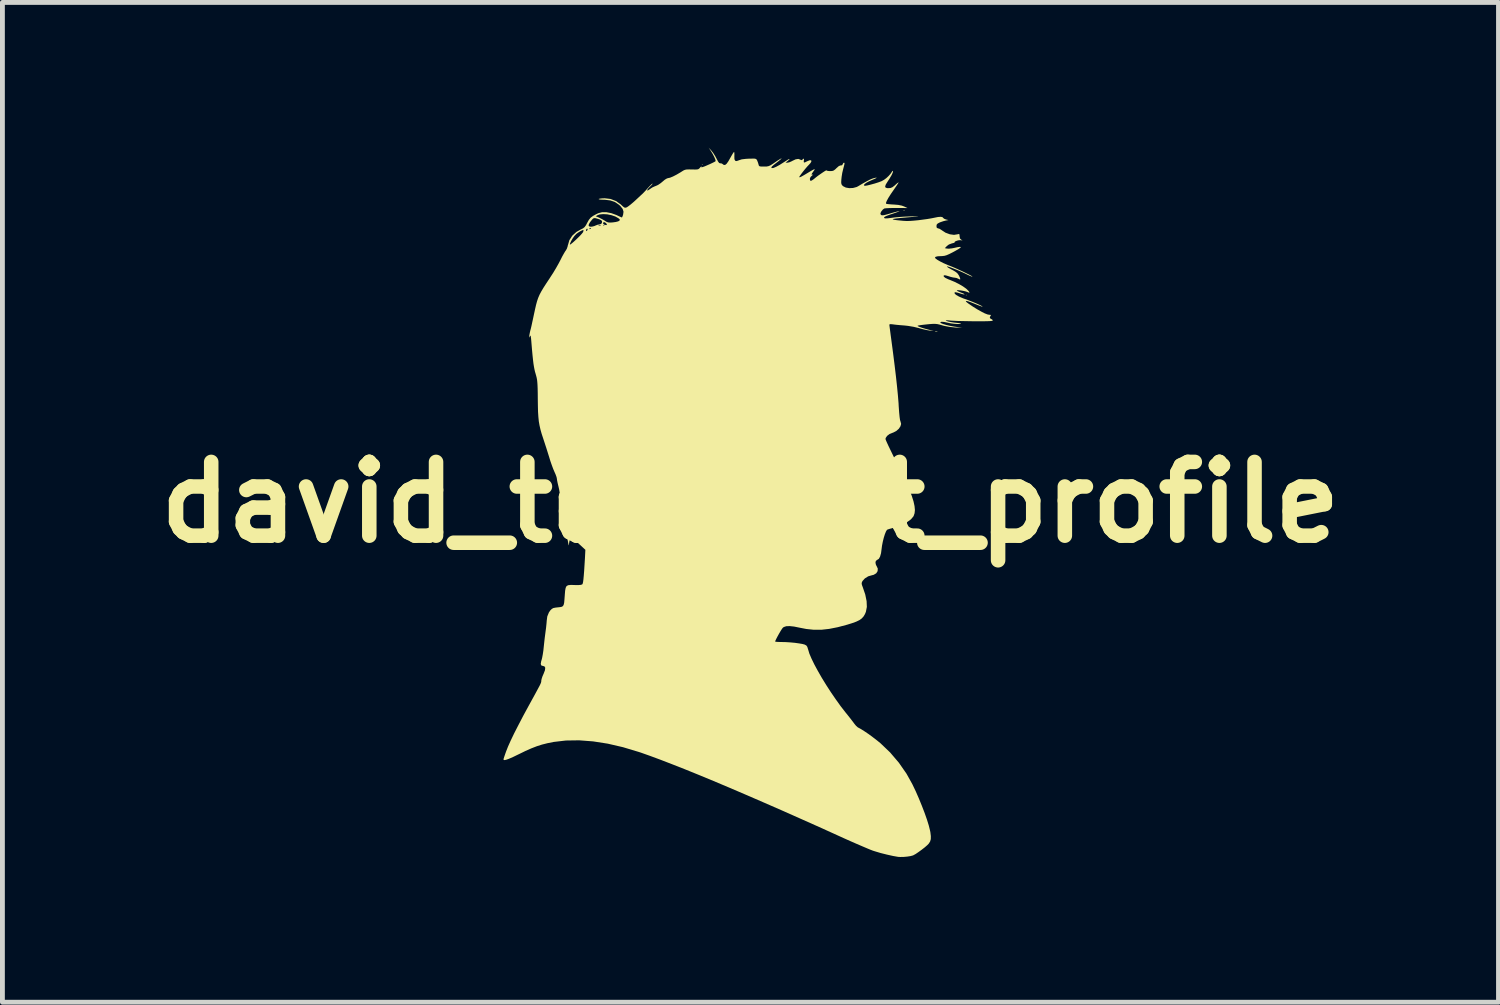
<source format=kicad_pcb>
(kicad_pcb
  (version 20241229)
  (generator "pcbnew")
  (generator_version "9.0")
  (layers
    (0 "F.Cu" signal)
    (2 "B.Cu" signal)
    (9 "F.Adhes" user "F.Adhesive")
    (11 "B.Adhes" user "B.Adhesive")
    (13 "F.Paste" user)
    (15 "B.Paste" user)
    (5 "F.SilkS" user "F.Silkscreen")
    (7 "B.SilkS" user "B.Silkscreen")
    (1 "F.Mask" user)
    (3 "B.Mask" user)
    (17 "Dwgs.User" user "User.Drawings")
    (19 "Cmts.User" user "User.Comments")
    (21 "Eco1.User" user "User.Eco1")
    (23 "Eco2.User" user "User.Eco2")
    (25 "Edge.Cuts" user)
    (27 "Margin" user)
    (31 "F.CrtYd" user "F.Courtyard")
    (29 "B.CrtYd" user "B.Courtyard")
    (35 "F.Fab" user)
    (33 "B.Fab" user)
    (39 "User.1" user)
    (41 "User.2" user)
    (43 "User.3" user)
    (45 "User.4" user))
  (footprint "david_tennant_profile"
    (layer "F.Cu")
    (at 12.453 7.327)
    (property "Reference" "david_tennant_profile" (at 0 0 0) (layer "F.SilkS") (effects (font (size 1.524 1.524) (thickness 0.3))))
    (attr board_only exclude_from_pos_files exclude_from_bom)
    (fp_poly (pts (xy -0.989 -6.976) (xy -0.997 -6.968) (xy -1.005 -6.976) (xy -0.997 -6.984)) (stroke (width 0) (type solid)) (fill yes) (layer "F.SilkS"))
    (fp_poly (pts (xy 4.465 -4.281) (xy 4.457 -4.273) (xy 4.449 -4.281) (xy 4.457 -4.289)) (stroke (width 0) (type solid)) (fill yes) (layer "F.SilkS"))
    (fp_poly (pts (xy 3.184 -6.038) (xy 3.181 -6.028) (xy 3.173 -6.027) (xy 3.16 -6.033) (xy 3.162 -6.038) (xy 3.181 -6.04)) (stroke (width 0) (type solid)) (fill yes) (layer "F.SilkS"))
    (fp_poly (pts (xy 3.863 -3.534) (xy 3.863 -3.529) (xy 3.838 -3.527) (xy 3.835 -3.527) (xy 3.81 -3.529) (xy 3.812 -3.534) (xy 3.815 -3.535) (xy 3.85 -3.537)) (stroke (width 0) (type solid)) (fill yes) (layer "F.SilkS"))
    (fp_poly (pts (xy -0.805 -7.263) (xy -0.767 -7.214) (xy -0.727 -7.15) (xy -0.699 -7.098) (xy -0.67 -7.042) (xy -0.647 -7.011) (xy -0.627 -7.003) (xy -0.624 -7.004) (xy -0.591 -6.999) (xy -0.577 -6.989) (xy -0.549 -6.969) (xy -0.522 -6.97) (xy -0.492 -6.994) (xy -0.456 -7.045) (xy -0.423 -7.103) (xy -0.39 -7.161) (xy -0.363 -7.207) (xy -0.344 -7.234) (xy -0.338 -7.239) (xy -0.333 -7.225) (xy -0.331 -7.188) (xy -0.332 -7.151) (xy -0.331 -7.09) (xy -0.316 -7.056) (xy -0.285 -7.049) (xy -0.237 -7.066) (xy -0.233 -7.068) (xy -0.18 -7.085) (xy -0.098 -7.095) (xy -0.033 -7.099) (xy 0.037 -7.1) (xy 0.083 -7.1) (xy 0.109 -7.095) (xy 0.125 -7.085) (xy 0.136 -7.067) (xy 0.138 -7.064) (xy 0.157 -7.015) (xy 0.167 -6.98) (xy 0.174 -6.956) (xy 0.187 -6.943) (xy 0.214 -6.937) (xy 0.263 -6.936) (xy 0.279 -6.936) (xy 0.334 -6.937) (xy 0.375 -6.945) (xy 0.414 -6.962) (xy 0.463 -6.993) (xy 0.482 -7.006) (xy 0.555 -7.056) (xy 0.608 -7.089) (xy 0.637 -7.105) (xy 0.643 -7.103) (xy 0.625 -7.085) (xy 0.582 -7.049) (xy 0.53 -7.009) (xy 0.483 -6.972) (xy 0.448 -6.941) (xy 0.431 -6.921) (xy 0.431 -6.919) (xy 0.442 -6.904) (xy 0.477 -6.908) (xy 0.533 -6.932) (xy 0.608 -6.973) (xy 0.7 -7.032) (xy 0.728 -7.05) (xy 0.774 -7.079) (xy 0.801 -7.093) (xy 0.809 -7.09) (xy 0.793 -7.072) (xy 0.773 -7.055) (xy 0.725 -7.016) (xy 0.765 -7.016) (xy 0.803 -7.024) (xy 0.851 -7.045) (xy 0.869 -7.055) (xy 0.933 -7.085) (xy 0.988 -7.094) (xy 1.029 -7.08) (xy 1.033 -7.077) (xy 1.054 -7.068) (xy 1.08 -7.084) (xy 1.081 -7.085) (xy 1.101 -7.101) (xy 1.107 -7.094) (xy 1.104 -7.063) (xy 1.101 -7.031) (xy 1.108 -7.019) (xy 1.131 -7.025) (xy 1.175 -7.047) (xy 1.225 -7.067) (xy 1.254 -7.065) (xy 1.26 -7.045) (xy 1.242 -7.01) (xy 1.21 -6.975) (xy 1.176 -6.939) (xy 1.132 -6.888) (xy 1.086 -6.831) (xy 1.045 -6.777) (xy 1.016 -6.736) (xy 1.014 -6.733) (xy 1.009 -6.717) (xy 1.021 -6.715) (xy 1.053 -6.729) (xy 1.106 -6.759) (xy 1.165 -6.794) (xy 1.24 -6.839) (xy 1.29 -6.868) (xy 1.319 -6.881) (xy 1.328 -6.88) (xy 1.322 -6.865) (xy 1.302 -6.838) (xy 1.272 -6.795) (xy 1.262 -6.772) (xy 1.271 -6.767) (xy 1.288 -6.77) (xy 1.295 -6.769) (xy 1.279 -6.755) (xy 1.272 -6.75) (xy 1.241 -6.719) (xy 1.227 -6.682) (xy 1.233 -6.651) (xy 1.243 -6.641) (xy 1.263 -6.646) (xy 1.296 -6.667) (xy 1.319 -6.685) (xy 1.353 -6.713) (xy 1.397 -6.747) (xy 1.447 -6.782) (xy 1.495 -6.815) (xy 1.535 -6.841) (xy 1.563 -6.857) (xy 1.572 -6.858) (xy 1.571 -6.857) (xy 1.581 -6.85) (xy 1.614 -6.844) (xy 1.64 -6.843) (xy 1.687 -6.844) (xy 1.721 -6.855) (xy 1.755 -6.881) (xy 1.778 -6.904) (xy 1.826 -6.946) (xy 1.861 -6.96) (xy 1.868 -6.959) (xy 1.894 -6.964) (xy 1.905 -6.983) (xy 1.919 -7.009) (xy 1.93 -7.016) (xy 1.94 -7.014) (xy 1.944 -7.005) (xy 1.941 -6.983) (xy 1.931 -6.942) (xy 1.915 -6.881) (xy 1.897 -6.806) (xy 1.884 -6.725) (xy 1.878 -6.668) (xy 1.875 -6.612) (xy 1.879 -6.577) (xy 1.891 -6.553) (xy 1.915 -6.53) (xy 1.915 -6.53) (xy 1.971 -6.502) (xy 2.043 -6.49) (xy 2.121 -6.494) (xy 2.195 -6.514) (xy 2.224 -6.529) (xy 2.325 -6.589) (xy 2.404 -6.633) (xy 2.465 -6.665) (xy 2.513 -6.685) (xy 2.542 -6.695) (xy 2.59 -6.706) (xy 2.608 -6.706) (xy 2.597 -6.697) (xy 2.558 -6.678) (xy 2.524 -6.664) (xy 2.452 -6.632) (xy 2.394 -6.601) (xy 2.356 -6.572) (xy 2.344 -6.552) (xy 2.35 -6.542) (xy 2.371 -6.539) (xy 2.411 -6.545) (xy 2.473 -6.56) (xy 2.561 -6.584) (xy 2.565 -6.585) (xy 2.65 -6.612) (xy 2.713 -6.636) (xy 2.762 -6.664) (xy 2.809 -6.699) (xy 2.855 -6.742) (xy 2.894 -6.786) (xy 2.913 -6.814) (xy 2.931 -6.842) (xy 2.944 -6.848) (xy 2.945 -6.845) (xy 2.941 -6.814) (xy 2.916 -6.759) (xy 2.871 -6.683) (xy 2.835 -6.628) (xy 2.797 -6.567) (xy 2.783 -6.527) (xy 2.791 -6.502) (xy 2.823 -6.491) (xy 2.854 -6.49) (xy 2.897 -6.494) (xy 2.934 -6.51) (xy 2.977 -6.543) (xy 2.99 -6.555) (xy 3.027 -6.588) (xy 3.053 -6.607) (xy 3.061 -6.61) (xy 3.053 -6.593) (xy 3.029 -6.556) (xy 2.995 -6.506) (xy 2.964 -6.461) (xy 2.899 -6.367) (xy 2.849 -6.288) (xy 2.816 -6.227) (xy 2.8 -6.186) (xy 2.802 -6.169) (xy 2.822 -6.163) (xy 2.867 -6.158) (xy 2.927 -6.153) (xy 2.958 -6.152) (xy 3.054 -6.144) (xy 3.128 -6.129) (xy 3.173 -6.112) (xy 3.245 -6.079) (xy 3.022 -6.08) (xy 2.938 -6.08) (xy 2.864 -6.078) (xy 2.805 -6.075) (xy 2.771 -6.071) (xy 2.766 -6.07) (xy 2.736 -6.049) (xy 2.707 -6.013) (xy 2.704 -6.01) (xy 2.686 -5.974) (xy 2.687 -5.952) (xy 2.697 -5.939) (xy 2.712 -5.93) (xy 2.735 -5.929) (xy 2.775 -5.936) (xy 2.835 -5.952) (xy 2.87 -5.962) (xy 2.956 -5.987) (xy 3.021 -6.004) (xy 3.062 -6.014) (xy 3.08 -6.016) (xy 3.071 -6.01) (xy 3.034 -5.995) (xy 2.969 -5.972) (xy 2.966 -5.971) (xy 2.878 -5.942) (xy 2.817 -5.919) (xy 2.78 -5.902) (xy 2.762 -5.888) (xy 2.761 -5.877) (xy 2.767 -5.87) (xy 2.79 -5.865) (xy 2.84 -5.867) (xy 2.91 -5.876) (xy 2.918 -5.877) (xy 2.985 -5.886) (xy 3.074 -5.894) (xy 3.173 -5.901) (xy 3.273 -5.905) (xy 3.293 -5.906) (xy 3.376 -5.908) (xy 3.432 -5.909) (xy 3.462 -5.909) (xy 3.465 -5.907) (xy 3.438 -5.904) (xy 3.383 -5.898) (xy 3.297 -5.891) (xy 3.205 -5.883) (xy 3.093 -5.873) (xy 3.012 -5.864) (xy 2.961 -5.856) (xy 2.939 -5.85) (xy 2.945 -5.843) (xy 2.977 -5.835) (xy 3.036 -5.827) (xy 3.075 -5.823) (xy 3.158 -5.815) (xy 3.229 -5.811) (xy 3.299 -5.813) (xy 3.38 -5.819) (xy 3.472 -5.828) (xy 3.563 -5.84) (xy 3.652 -5.852) (xy 3.73 -5.865) (xy 3.786 -5.876) (xy 3.79 -5.877) (xy 3.875 -5.894) (xy 3.933 -5.898) (xy 3.967 -5.891) (xy 3.98 -5.877) (xy 4 -5.859) (xy 4.037 -5.844) (xy 4.039 -5.843) (xy 4.09 -5.831) (xy 4.034 -5.82) (xy 3.983 -5.807) (xy 3.925 -5.787) (xy 3.91 -5.781) (xy 3.868 -5.759) (xy 3.848 -5.737) (xy 3.843 -5.706) (xy 3.843 -5.706) (xy 3.849 -5.672) (xy 3.869 -5.661) (xy 3.873 -5.66) (xy 3.906 -5.651) (xy 3.944 -5.627) (xy 3.949 -5.623) (xy 4.03 -5.57) (xy 4.119 -5.537) (xy 4.206 -5.525) (xy 4.285 -5.538) (xy 4.285 -5.538) (xy 4.309 -5.543) (xy 4.319 -5.531) (xy 4.321 -5.496) (xy 4.328 -5.452) (xy 4.352 -5.427) (xy 4.357 -5.425) (xy 4.379 -5.413) (xy 4.373 -5.411) (xy 4.345 -5.415) (xy 4.31 -5.415) (xy 4.271 -5.406) (xy 4.237 -5.393) (xy 4.218 -5.379) (xy 4.219 -5.369) (xy 4.211 -5.362) (xy 4.179 -5.353) (xy 4.165 -5.35) (xy 4.1 -5.326) (xy 4.059 -5.295) (xy 4.016 -5.25) (xy 4.063 -5.241) (xy 4.104 -5.24) (xy 4.16 -5.246) (xy 4.203 -5.254) (xy 4.28 -5.271) (xy 4.328 -5.277) (xy 4.347 -5.273) (xy 4.337 -5.258) (xy 4.299 -5.232) (xy 4.231 -5.193) (xy 4.183 -5.167) (xy 4.108 -5.129) (xy 4.053 -5.105) (xy 4.008 -5.092) (xy 3.965 -5.087) (xy 3.945 -5.086) (xy 3.871 -5.083) (xy 3.826 -5.072) (xy 3.811 -5.054) (xy 3.825 -5.036) (xy 3.862 -5.009) (xy 3.917 -4.977) (xy 3.984 -4.943) (xy 4.057 -4.911) (xy 4.098 -4.894) (xy 4.161 -4.869) (xy 4.234 -4.838) (xy 4.311 -4.803) (xy 4.388 -4.768) (xy 4.459 -4.733) (xy 4.519 -4.703) (xy 4.563 -4.679) (xy 4.585 -4.664) (xy 4.587 -4.661) (xy 4.57 -4.664) (xy 4.533 -4.679) (xy 4.485 -4.701) (xy 4.418 -4.734) (xy 4.343 -4.768) (xy 4.266 -4.801) (xy 4.193 -4.83) (xy 4.131 -4.854) (xy 4.084 -4.869) (xy 4.06 -4.874) (xy 4.059 -4.874) (xy 4.063 -4.864) (xy 4.09 -4.845) (xy 4.135 -4.82) (xy 4.138 -4.818) (xy 4.203 -4.783) (xy 4.247 -4.755) (xy 4.277 -4.729) (xy 4.298 -4.699) (xy 4.311 -4.677) (xy 4.332 -4.628) (xy 4.334 -4.604) (xy 4.317 -4.606) (xy 4.302 -4.615) (xy 4.258 -4.634) (xy 4.224 -4.64) (xy 4.186 -4.645) (xy 4.132 -4.658) (xy 4.093 -4.671) (xy 4.034 -4.688) (xy 4.001 -4.69) (xy 3.992 -4.684) (xy 3.994 -4.662) (xy 4.027 -4.636) (xy 4.09 -4.606) (xy 4.129 -4.591) (xy 4.218 -4.554) (xy 4.308 -4.509) (xy 4.39 -4.461) (xy 4.455 -4.415) (xy 4.476 -4.396) (xy 4.513 -4.358) (xy 4.526 -4.335) (xy 4.516 -4.33) (xy 4.484 -4.343) (xy 4.452 -4.355) (xy 4.407 -4.366) (xy 4.357 -4.375) (xy 4.312 -4.381) (xy 4.278 -4.382) (xy 4.263 -4.377) (xy 4.265 -4.373) (xy 4.289 -4.359) (xy 4.331 -4.341) (xy 4.361 -4.329) (xy 4.407 -4.31) (xy 4.424 -4.298) (xy 4.416 -4.294) (xy 4.386 -4.299) (xy 4.337 -4.313) (xy 4.317 -4.32) (xy 4.267 -4.334) (xy 4.231 -4.34) (xy 4.218 -4.338) (xy 4.219 -4.312) (xy 4.25 -4.283) (xy 4.309 -4.25) (xy 4.393 -4.214) (xy 4.43 -4.201) (xy 4.507 -4.173) (xy 4.585 -4.143) (xy 4.658 -4.113) (xy 4.72 -4.085) (xy 4.767 -4.062) (xy 4.793 -4.046) (xy 4.796 -4.041) (xy 4.779 -4.044) (xy 4.74 -4.058) (xy 4.685 -4.079) (xy 4.639 -4.098) (xy 4.551 -4.133) (xy 4.49 -4.154) (xy 4.456 -4.16) (xy 4.45 -4.152) (xy 4.471 -4.13) (xy 4.504 -4.105) (xy 4.595 -4.043) (xy 4.685 -3.987) (xy 4.769 -3.94) (xy 4.841 -3.903) (xy 4.898 -3.881) (xy 4.928 -3.875) (xy 4.962 -3.872) (xy 4.968 -3.863) (xy 4.962 -3.855) (xy 4.944 -3.823) (xy 4.955 -3.797) (xy 4.975 -3.787) (xy 5.001 -3.77) (xy 5.007 -3.757) (xy 4.999 -3.751) (xy 4.976 -3.746) (xy 4.934 -3.743) (xy 4.869 -3.741) (xy 4.779 -3.74) (xy 4.662 -3.74) (xy 4.612 -3.74) (xy 4.497 -3.742) (xy 4.388 -3.744) (xy 4.289 -3.746) (xy 4.208 -3.75) (xy 4.149 -3.753) (xy 4.126 -3.755) (xy 4.077 -3.76) (xy 4.043 -3.76) (xy 4.034 -3.757) (xy 4.049 -3.747) (xy 4.088 -3.735) (xy 4.144 -3.723) (xy 4.21 -3.713) (xy 4.247 -3.709) (xy 4.299 -3.703) (xy 4.336 -3.696) (xy 4.35 -3.692) (xy 4.344 -3.685) (xy 4.314 -3.683) (xy 4.267 -3.684) (xy 4.211 -3.688) (xy 4.153 -3.695) (xy 4.1 -3.704) (xy 4.09 -3.707) (xy 4.005 -3.725) (xy 3.95 -3.73) (xy 3.925 -3.722) (xy 3.922 -3.716) (xy 3.937 -3.701) (xy 3.979 -3.684) (xy 4.042 -3.665) (xy 4.122 -3.646) (xy 4.214 -3.629) (xy 4.226 -3.628) (xy 4.377 -3.604) (xy 4.233 -3.611) (xy 4.119 -3.623) (xy 4.005 -3.644) (xy 3.962 -3.656) (xy 3.905 -3.672) (xy 3.86 -3.682) (xy 3.817 -3.686) (xy 3.765 -3.686) (xy 3.697 -3.681) (xy 3.648 -3.676) (xy 3.574 -3.668) (xy 3.512 -3.66) (xy 3.469 -3.653) (xy 3.452 -3.648) (xy 3.46 -3.638) (xy 3.495 -3.623) (xy 3.552 -3.603) (xy 3.629 -3.58) (xy 3.691 -3.564) (xy 3.787 -3.54) (xy 3.703 -3.548) (xy 3.648 -3.557) (xy 3.576 -3.573) (xy 3.5 -3.593) (xy 3.48 -3.599) (xy 3.373 -3.625) (xy 3.254 -3.645) (xy 3.181 -3.653) (xy 3.103 -3.659) (xy 3.027 -3.666) (xy 2.966 -3.673) (xy 2.946 -3.676) (xy 2.896 -3.681) (xy 2.872 -3.675) (xy 2.87 -3.669) (xy 2.872 -3.648) (xy 2.878 -3.601) (xy 2.887 -3.533) (xy 2.898 -3.449) (xy 2.91 -3.36) (xy 2.946 -3.088) (xy 2.978 -2.834) (xy 3.006 -2.6) (xy 3.029 -2.389) (xy 3.047 -2.204) (xy 3.06 -2.046) (xy 3.063 -1.985) (xy 3.072 -1.86) (xy 3.081 -1.766) (xy 3.09 -1.702) (xy 3.101 -1.666) (xy 3.102 -1.663) (xy 3.113 -1.62) (xy 3.099 -1.57) (xy 3.065 -1.519) (xy 3.015 -1.475) (xy 2.955 -1.443) (xy 2.936 -1.436) (xy 2.873 -1.41) (xy 2.823 -1.372) (xy 2.795 -1.33) (xy 2.79 -1.308) (xy 2.797 -1.286) (xy 2.817 -1.24) (xy 2.848 -1.172) (xy 2.889 -1.087) (xy 2.937 -0.988) (xy 2.991 -0.878) (xy 3.03 -0.801) (xy 3.131 -0.599) (xy 3.214 -0.421) (xy 3.281 -0.266) (xy 3.333 -0.133) (xy 3.369 -0.019) (xy 3.39 0.078) (xy 3.398 0.159) (xy 3.391 0.226) (xy 3.372 0.281) (xy 3.364 0.295) (xy 3.315 0.352) (xy 3.24 0.407) (xy 3.145 0.459) (xy 3.037 0.503) (xy 2.93 0.534) (xy 2.877 0.548) (xy 2.837 0.561) (xy 2.821 0.569) (xy 2.8 0.603) (xy 2.777 0.66) (xy 2.754 0.734) (xy 2.734 0.815) (xy 2.718 0.897) (xy 2.711 0.952) (xy 2.698 1.051) (xy 2.678 1.122) (xy 2.652 1.168) (xy 2.617 1.19) (xy 2.613 1.192) (xy 2.59 1.212) (xy 2.583 1.249) (xy 2.593 1.292) (xy 2.606 1.316) (xy 2.631 1.37) (xy 2.627 1.423) (xy 2.598 1.467) (xy 2.546 1.498) (xy 2.513 1.506) (xy 2.433 1.529) (xy 2.364 1.572) (xy 2.315 1.626) (xy 2.313 1.63) (xy 2.3 1.659) (xy 2.298 1.686) (xy 2.309 1.724) (xy 2.319 1.749) (xy 2.372 1.905) (xy 2.4 2.042) (xy 2.405 2.161) (xy 2.385 2.263) (xy 2.366 2.309) (xy 2.337 2.358) (xy 2.3 2.399) (xy 2.251 2.434) (xy 2.185 2.466) (xy 2.096 2.498) (xy 2 2.528) (xy 1.804 2.58) (xy 1.627 2.615) (xy 1.464 2.633) (xy 1.309 2.633) (xy 1.155 2.617) (xy 1.02 2.591) (xy 0.902 2.567) (xy 0.809 2.557) (xy 0.739 2.56) (xy 0.689 2.577) (xy 0.67 2.591) (xy 0.652 2.614) (xy 0.625 2.656) (xy 0.594 2.709) (xy 0.562 2.766) (xy 0.535 2.818) (xy 0.516 2.858) (xy 0.51 2.876) (xy 0.525 2.881) (xy 0.564 2.884) (xy 0.62 2.886) (xy 0.638 2.886) (xy 0.727 2.888) (xy 0.823 2.894) (xy 0.919 2.903) (xy 1.005 2.915) (xy 1.076 2.927) (xy 1.123 2.94) (xy 1.124 2.941) (xy 1.156 2.959) (xy 1.175 2.987) (xy 1.19 3.035) (xy 1.193 3.044) (xy 1.218 3.127) (xy 1.262 3.23) (xy 1.321 3.351) (xy 1.393 3.484) (xy 1.475 3.627) (xy 1.566 3.775) (xy 1.663 3.925) (xy 1.764 4.072) (xy 1.865 4.213) (xy 1.966 4.343) (xy 2.021 4.411) (xy 2.073 4.477) (xy 2.116 4.533) (xy 2.145 4.572) (xy 2.147 4.575) (xy 2.181 4.616) (xy 2.215 4.647) (xy 2.227 4.654) (xy 2.284 4.685) (xy 2.358 4.732) (xy 2.444 4.79) (xy 2.533 4.856) (xy 2.62 4.923) (xy 2.687 4.978) (xy 2.885 5.167) (xy 3.066 5.379) (xy 3.225 5.608) (xy 3.345 5.824) (xy 3.414 5.968) (xy 3.48 6.119) (xy 3.542 6.271) (xy 3.599 6.419) (xy 3.647 6.556) (xy 3.685 6.679) (xy 3.71 6.78) (xy 3.717 6.813) (xy 3.727 6.896) (xy 3.726 6.958) (xy 3.712 7.007) (xy 3.684 7.051) (xy 3.683 7.052) (xy 3.651 7.085) (xy 3.599 7.13) (xy 3.536 7.179) (xy 3.471 7.226) (xy 3.412 7.266) (xy 3.366 7.291) (xy 3.361 7.294) (xy 3.31 7.308) (xy 3.241 7.319) (xy 3.164 7.326) (xy 3.093 7.327) (xy 3.053 7.325) (xy 2.945 7.306) (xy 2.82 7.278) (xy 2.692 7.246) (xy 2.575 7.211) (xy 2.528 7.196) (xy 2.476 7.176) (xy 2.399 7.144) (xy 2.303 7.103) (xy 2.191 7.055) (xy 2.068 7.001) (xy 1.94 6.944) (xy 1.826 6.892) (xy 1.42 6.708) (xy 1.023 6.531) (xy 0.638 6.36) (xy 0.265 6.197) (xy -0.093 6.042) (xy -0.436 5.895) (xy -0.761 5.758) (xy -1.068 5.631) (xy -1.354 5.515) (xy -1.618 5.411) (xy -1.859 5.318) (xy -2.075 5.238) (xy -2.264 5.171) (xy -2.307 5.157) (xy -2.633 5.059) (xy -2.948 4.986) (xy -3.251 4.939) (xy -3.539 4.917) (xy -3.812 4.921) (xy -4.068 4.951) (xy -4.191 4.976) (xy -4.306 5.005) (xy -4.415 5.04) (xy -4.526 5.083) (xy -4.648 5.137) (xy -4.789 5.206) (xy -4.794 5.208) (xy -4.905 5.262) (xy -4.99 5.299) (xy -5.05 5.32) (xy -5.087 5.326) (xy -5.102 5.315) (xy -5.102 5.312) (xy -5.097 5.291) (xy -5.083 5.248) (xy -5.063 5.19) (xy -5.047 5.145) (xy -5.007 5.044) (xy -4.952 4.921) (xy -4.882 4.775) (xy -4.796 4.607) (xy -4.695 4.413) (xy -4.576 4.194) (xy -4.571 4.185) (xy -4.503 4.061) (xy -4.448 3.961) (xy -4.406 3.883) (xy -4.374 3.823) (xy -4.351 3.78) (xy -4.336 3.748) (xy -4.327 3.726) (xy -4.323 3.71) (xy -4.321 3.697) (xy -4.321 3.684) (xy -4.321 3.684) (xy -4.314 3.649) (xy -4.297 3.597) (xy -4.273 3.542) (xy -4.245 3.469) (xy -4.239 3.418) (xy -4.256 3.389) (xy -4.29 3.38) (xy -4.321 3.37) (xy -4.332 3.339) (xy -4.323 3.284) (xy -4.315 3.259) (xy -4.303 3.212) (xy -4.29 3.143) (xy -4.278 3.064) (xy -4.272 3.007) (xy -4.262 2.912) (xy -4.25 2.805) (xy -4.237 2.705) (xy -4.232 2.666) (xy -4.222 2.591) (xy -4.215 2.523) (xy -4.21 2.471) (xy -4.209 2.451) (xy -4.197 2.358) (xy -4.163 2.274) (xy -4.131 2.229) (xy -4.103 2.202) (xy -4.073 2.185) (xy -4.03 2.176) (xy -3.978 2.17) (xy -3.931 2.165) (xy -3.897 2.158) (xy -3.873 2.143) (xy -3.858 2.116) (xy -3.848 2.072) (xy -3.842 2.005) (xy -3.835 1.912) (xy -3.835 1.909) (xy -3.828 1.825) (xy -3.817 1.767) (xy -3.799 1.731) (xy -3.767 1.713) (xy -3.717 1.707) (xy -3.644 1.708) (xy -3.634 1.709) (xy -3.553 1.71) (xy -3.501 1.705) (xy -3.474 1.695) (xy -3.473 1.694) (xy -3.465 1.678) (xy -3.457 1.644) (xy -3.45 1.59) (xy -3.443 1.514) (xy -3.435 1.413) (xy -3.427 1.284) (xy -3.419 1.156) (xy -3.41 0.981) (xy -3.553 0.849) (xy -3.609 0.799) (xy -3.656 0.757) (xy -3.689 0.729) (xy -3.704 0.718) (xy -3.704 0.718) (xy -3.716 0.731) (xy -3.729 0.766) (xy -3.741 0.811) (xy -3.748 0.855) (xy -3.749 0.867) (xy -3.751 0.889) (xy -3.756 0.883) (xy -3.763 0.848) (xy -3.765 0.837) (xy -3.788 0.714) (xy -3.804 0.617) (xy -3.815 0.541) (xy -3.822 0.481) (xy -3.825 0.431) (xy -3.825 0.388) (xy -3.823 0.359) (xy -3.82 0.309) (xy -3.822 0.265) (xy -3.831 0.218) (xy -3.847 0.158) (xy -3.873 0.079) (xy -3.876 0.071) (xy -3.901 -0.006) (xy -3.921 -0.076) (xy -3.934 -0.132) (xy -3.938 -0.164) (xy -3.942 -0.206) (xy -3.952 -0.266) (xy -3.967 -0.332) (xy -3.968 -0.336) (xy -3.983 -0.398) (xy -3.994 -0.453) (xy -3.999 -0.488) (xy -3.999 -0.491) (xy -4.006 -0.523) (xy -4.024 -0.573) (xy -4.049 -0.63) (xy -4.049 -0.63) (xy -4.074 -0.688) (xy -4.103 -0.766) (xy -4.133 -0.852) (xy -4.154 -0.921) (xy -4.183 -1.014) (xy -4.217 -1.122) (xy -4.253 -1.232) (xy -4.28 -1.315) (xy -4.313 -1.415) (xy -4.338 -1.504) (xy -4.357 -1.588) (xy -4.372 -1.673) (xy -4.381 -1.765) (xy -4.388 -1.872) (xy -4.391 -1.998) (xy -4.393 -2.137) (xy -4.394 -2.257) (xy -4.396 -2.352) (xy -4.399 -2.425) (xy -4.403 -2.483) (xy -4.408 -2.53) (xy -4.416 -2.573) (xy -4.427 -2.616) (xy -4.438 -2.655) (xy -4.452 -2.703) (xy -4.463 -2.752) (xy -4.473 -2.806) (xy -4.483 -2.869) (xy -4.492 -2.946) (xy -4.502 -3.041) (xy -4.513 -3.159) (xy -4.525 -3.304) (xy -4.526 -3.317) (xy -4.532 -3.385) (xy -4.538 -3.426) (xy -4.543 -3.443) (xy -4.551 -3.44) (xy -4.557 -3.428) (xy -4.568 -3.406) (xy -4.572 -3.409) (xy -4.568 -3.44) (xy -4.567 -3.452) (xy -4.557 -3.507) (xy -4.545 -3.559) (xy -4.543 -3.564) (xy -4.535 -3.595) (xy -4.522 -3.651) (xy -4.506 -3.726) (xy -4.487 -3.813) (xy -4.474 -3.875) (xy -4.45 -3.986) (xy -4.429 -4.078) (xy -4.408 -4.155) (xy -4.385 -4.223) (xy -4.357 -4.288) (xy -4.321 -4.356) (xy -4.276 -4.432) (xy -4.218 -4.522) (xy -4.145 -4.632) (xy -4.13 -4.656) (xy -4.074 -4.742) (xy -4.016 -4.839) (xy -3.963 -4.933) (xy -3.925 -5.005) (xy -3.89 -5.075) (xy -3.856 -5.136) (xy -3.829 -5.182) (xy -3.813 -5.204) (xy -3.792 -5.241) (xy -3.775 -5.292) (xy -3.773 -5.307) (xy -3.767 -5.324) (xy -3.731 -5.324) (xy -3.721 -5.326) (xy -3.694 -5.346) (xy -3.655 -5.379) (xy -3.609 -5.421) (xy -3.561 -5.467) (xy -3.517 -5.511) (xy -3.482 -5.55) (xy -3.46 -5.578) (xy -3.456 -5.585) (xy -3.449 -5.614) (xy -3.449 -5.619) (xy -3.396 -5.619) (xy -3.388 -5.603) (xy -3.38 -5.605) (xy -3.366 -5.628) (xy -3.364 -5.638) (xy -3.372 -5.654) (xy -3.33 -5.654) (xy -3.326 -5.645) (xy -3.317 -5.644) (xy -3.296 -5.656) (xy -3.293 -5.66) (xy -3.295 -5.669) (xy -3.308 -5.666) (xy -3.33 -5.654) (xy -3.372 -5.654) (xy -3.372 -5.654) (xy -3.38 -5.652) (xy -3.395 -5.629) (xy -3.396 -5.619) (xy -3.449 -5.619) (xy -3.45 -5.624) (xy -3.469 -5.622) (xy -3.504 -5.606) (xy -3.549 -5.579) (xy -3.594 -5.547) (xy -3.602 -5.539) (xy -3.635 -5.504) (xy -3.67 -5.455) (xy -3.702 -5.401) (xy -3.724 -5.353) (xy -3.731 -5.324) (xy -3.767 -5.324) (xy -3.741 -5.415) (xy -3.681 -5.508) (xy -3.595 -5.586) (xy -3.508 -5.635) (xy -3.458 -5.66) (xy -3.425 -5.687) (xy -3.407 -5.712) (xy -3.342 -5.712) (xy -3.34 -5.708) (xy -3.316 -5.695) (xy -3.274 -5.695) (xy -3.228 -5.706) (xy -3.209 -5.714) (xy -3.143 -5.714) (xy -3.122 -5.711) (xy -3.117 -5.711) (xy -3.09 -5.713) (xy -3.088 -5.718) (xy -3.089 -5.719) (xy -3.091 -5.719) (xy -3.04 -5.719) (xy -3.038 -5.709) (xy -3.03 -5.708) (xy -3.016 -5.714) (xy -3.019 -5.719) (xy -3.038 -5.721) (xy -3.04 -5.719) (xy -3.091 -5.719) (xy -3.121 -5.722) (xy -3.137 -5.719) (xy -3.143 -5.714) (xy -3.209 -5.714) (xy -3.205 -5.716) (xy -3.159 -5.734) (xy -3.122 -5.74) (xy -3.084 -5.751) (xy -3.069 -5.774) (xy -3.068 -5.778) (xy -3.043 -5.778) (xy -3.043 -5.757) (xy -3.026 -5.738) (xy -3.018 -5.735) (xy -2.982 -5.727) (xy -2.968 -5.729) (xy -2.966 -5.737) (xy -2.978 -5.762) (xy -3.006 -5.783) (xy -3.025 -5.788) (xy -3.043 -5.778) (xy -3.068 -5.778) (xy -3.065 -5.803) (xy -3.08 -5.826) (xy -3.118 -5.845) (xy -3.161 -5.859) (xy -3.206 -5.871) (xy -3.233 -5.871) (xy -3.255 -5.857) (xy -3.273 -5.838) (xy -3.313 -5.788) (xy -3.338 -5.744) (xy -3.342 -5.712) (xy -3.407 -5.712) (xy -3.398 -5.724) (xy -3.372 -5.774) (xy -3.339 -5.833) (xy -3.302 -5.879) (xy -3.26 -5.91) (xy -3.196 -5.91) (xy -3.129 -5.882) (xy -3.071 -5.853) (xy -3.013 -5.82) (xy -3.003 -5.813) (xy -2.968 -5.792) (xy -2.934 -5.781) (xy -2.891 -5.779) (xy -2.84 -5.783) (xy -2.782 -5.791) (xy -2.735 -5.803) (xy -2.711 -5.815) (xy -2.697 -5.833) (xy -2.705 -5.85) (xy -2.727 -5.868) (xy -2.79 -5.904) (xy -2.869 -5.931) (xy -2.956 -5.949) (xy -3.041 -5.954) (xy -3.114 -5.947) (xy -3.157 -5.932) (xy -3.196 -5.91) (xy -3.26 -5.91) (xy -3.251 -5.917) (xy -3.181 -5.955) (xy -3.142 -5.973) (xy -3.066 -5.993) (xy -2.973 -5.993) (xy -2.873 -5.973) (xy -2.771 -5.936) (xy -2.769 -5.935) (xy -2.716 -5.91) (xy -2.675 -5.892) (xy -2.655 -5.884) (xy -2.654 -5.884) (xy -2.647 -5.897) (xy -2.634 -5.93) (xy -2.631 -5.94) (xy -2.622 -6.003) (xy -2.64 -6.061) (xy -2.687 -6.121) (xy -2.715 -6.146) (xy -2.797 -6.202) (xy -2.894 -6.236) (xy -3.011 -6.251) (xy -3.044 -6.251) (xy -3.103 -6.254) (xy -3.132 -6.26) (xy -3.134 -6.267) (xy -3.109 -6.274) (xy -3.06 -6.279) (xy -3.01 -6.281) (xy -2.89 -6.267) (xy -2.778 -6.224) (xy -2.68 -6.155) (xy -2.671 -6.146) (xy -2.63 -6.108) (xy -2.603 -6.089) (xy -2.581 -6.086) (xy -2.555 -6.094) (xy -2.555 -6.094) (xy -2.526 -6.113) (xy -2.48 -6.148) (xy -2.425 -6.194) (xy -2.376 -6.238) (xy -2.32 -6.29) (xy -2.272 -6.335) (xy -2.236 -6.368) (xy -2.22 -6.383) (xy -2.2 -6.404) (xy -2.165 -6.441) (xy -2.124 -6.487) (xy -2.118 -6.494) (xy -2.078 -6.537) (xy -2.045 -6.57) (xy -2.025 -6.585) (xy -2.023 -6.585) (xy -2.025 -6.575) (xy -2.046 -6.55) (xy -2.072 -6.524) (xy -2.112 -6.483) (xy -2.132 -6.454) (xy -2.133 -6.44) (xy -2.114 -6.446) (xy -2.077 -6.471) (xy -2.026 -6.505) (xy -1.971 -6.53) (xy -1.956 -6.535) (xy -1.909 -6.556) (xy -1.853 -6.594) (xy -1.817 -6.624) (xy -1.768 -6.665) (xy -1.726 -6.69) (xy -1.703 -6.697) (xy -1.661 -6.706) (xy -1.6 -6.731) (xy -1.526 -6.769) (xy -1.446 -6.816) (xy -1.427 -6.828) (xy -1.386 -6.854) (xy -1.352 -6.869) (xy -1.315 -6.876) (xy -1.264 -6.877) (xy -1.212 -6.876) (xy -1.145 -6.875) (xy -1.103 -6.876) (xy -1.075 -6.883) (xy -1.056 -6.897) (xy -1.039 -6.916) (xy -1.017 -6.939) (xy -1.01 -6.943) (xy -1.012 -6.94) (xy -1.014 -6.922) (xy -1.009 -6.92) (xy -0.986 -6.926) (xy -0.943 -6.941) (xy -0.89 -6.964) (xy -0.833 -6.989) (xy -0.78 -7.014) (xy -0.74 -7.034) (xy -0.719 -7.048) (xy -0.718 -7.05) (xy -0.726 -7.083) (xy -0.747 -7.133) (xy -0.778 -7.193) (xy -0.813 -7.251) (xy -0.863 -7.327)) (stroke (width 0) (type solid)) (fill yes) (layer "F.SilkS")))
  (gr_rect
    (start -3 -3)
    (end 27.907 17.654)
    (stroke (width 0.1) (type default))
    (fill no)
    (layer "Edge.Cuts")))
</source>
